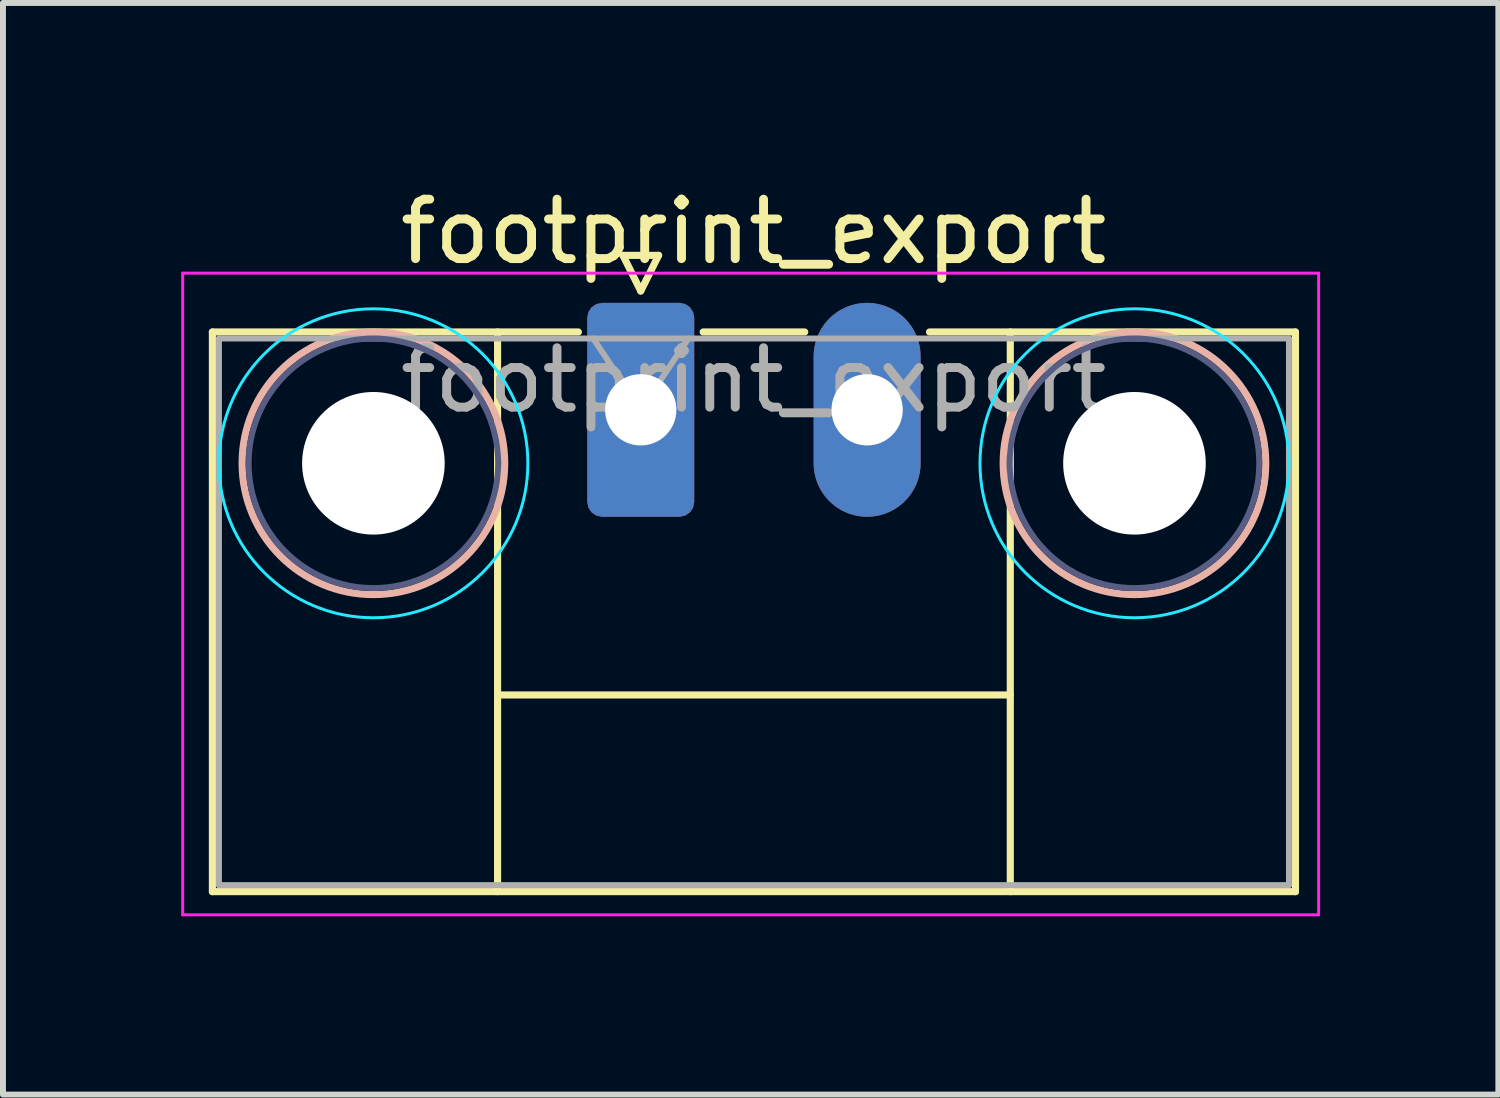
<source format=kicad_pcb>
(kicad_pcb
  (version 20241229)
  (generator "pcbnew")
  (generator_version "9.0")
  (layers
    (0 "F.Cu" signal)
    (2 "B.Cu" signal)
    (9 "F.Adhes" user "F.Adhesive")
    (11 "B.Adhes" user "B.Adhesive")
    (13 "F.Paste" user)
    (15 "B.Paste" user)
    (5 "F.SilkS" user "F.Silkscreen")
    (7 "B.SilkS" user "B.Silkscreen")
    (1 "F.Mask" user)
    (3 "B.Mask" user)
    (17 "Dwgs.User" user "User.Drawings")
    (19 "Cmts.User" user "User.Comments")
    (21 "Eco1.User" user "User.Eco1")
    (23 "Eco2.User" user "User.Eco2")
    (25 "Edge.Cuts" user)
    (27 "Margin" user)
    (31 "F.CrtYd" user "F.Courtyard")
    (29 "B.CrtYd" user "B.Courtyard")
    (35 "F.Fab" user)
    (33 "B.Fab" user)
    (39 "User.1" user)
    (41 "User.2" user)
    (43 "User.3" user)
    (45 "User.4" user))
  (footprint "footprint_export"
    (layer "F.Cu")
    (at 7.735 3.848)
    (property "Reference" "footprint_export" (at 1.9 -3 0) (layer "F.SilkS") (effects (font (size 1 1) (thickness 0.15))))
    (attr through_hole)
    (fp_line (start -7.21 -1.31) (end -7.21 8.11) (stroke (width 0.12) (type solid)) (layer "F.SilkS"))
    (fp_line (start -7.21 -1.31) (end -1.05 -1.31) (stroke (width 0.12) (type solid)) (layer "F.SilkS"))
    (fp_line (start -7.21 8.11) (end 11.02 8.11) (stroke (width 0.12) (type solid)) (layer "F.SilkS"))
    (fp_line (start -2.41 -1.31) (end -2.41 8.11) (stroke (width 0.12) (type solid)) (layer "F.SilkS"))
    (fp_line (start -2.41 4.8) (end 6.22 4.8) (stroke (width 0.12) (type solid)) (layer "F.SilkS"))
    (fp_line (start -0.3 -2.6) (end 0.3 -2.6) (stroke (width 0.12) (type solid)) (layer "F.SilkS"))
    (fp_line (start 0 -2) (end -0.3 -2.6) (stroke (width 0.12) (type solid)) (layer "F.SilkS"))
    (fp_line (start 0.3 -2.6) (end 0 -2) (stroke (width 0.12) (type solid)) (layer "F.SilkS"))
    (fp_line (start 1.05 -1.31) (end 2.76 -1.31) (stroke (width 0.12) (type solid)) (layer "F.SilkS"))
    (fp_line (start 6.22 -1.31) (end 6.22 8.11) (stroke (width 0.12) (type solid)) (layer "F.SilkS"))
    (fp_line (start 11.02 -1.31) (end 4.86 -1.31) (stroke (width 0.12) (type solid)) (layer "F.SilkS"))
    (fp_line (start 11.02 8.11) (end 11.02 -1.31) (stroke (width 0.12) (type solid)) (layer "F.SilkS"))
    (fp_circle (center -4.5 0.9) (end -2.29 0.9) (stroke (width 0.12) (type solid)) (fill no) (layer "B.SilkS"))
    (fp_circle (center 8.31 0.9) (end 10.52 0.9) (stroke (width 0.12) (type solid)) (fill no) (layer "B.SilkS"))
    (fp_circle (center -4.5 0.9) (end -1.9 0.9) (stroke (width 0.05) (type solid)) (fill no) (layer "B.CrtYd"))
    (fp_circle (center 8.31 0.9) (end 10.91 0.9) (stroke (width 0.05) (type solid)) (fill no) (layer "B.CrtYd"))
    (fp_line (start -7.71 -2.3) (end -7.71 8.5) (stroke (width 0.05) (type solid)) (layer "F.CrtYd"))
    (fp_line (start -7.71 8.5) (end 11.41 8.5) (stroke (width 0.05) (type solid)) (layer "F.CrtYd"))
    (fp_line (start 11.41 -2.3) (end -7.71 -2.3) (stroke (width 0.05) (type solid)) (layer "F.CrtYd"))
    (fp_line (start 11.41 8.5) (end 11.41 -2.3) (stroke (width 0.05) (type solid)) (layer "F.CrtYd"))
    (fp_circle (center -4.5 0.9) (end -2.4 0.9) (stroke (width 0.1) (type solid)) (fill no) (layer "B.Fab"))
    (fp_circle (center 8.31 0.9) (end 10.41 0.9) (stroke (width 0.1) (type solid)) (fill no) (layer "B.Fab"))
    (fp_line (start -7.1 -1.2) (end -7.1 8) (stroke (width 0.1) (type solid)) (layer "F.Fab"))
    (fp_line (start -7.1 8) (end 10.91 8) (stroke (width 0.1) (type solid)) (layer "F.Fab"))
    (fp_line (start 0 0) (end -0.8 -1.2) (stroke (width 0.1) (type solid)) (layer "F.Fab"))
    (fp_line (start 0.8 -1.2) (end 0 0) (stroke (width 0.1) (type solid)) (layer "F.Fab"))
    (fp_line (start 10.91 -1.2) (end -7.1 -1.2) (stroke (width 0.1) (type solid)) (layer "F.Fab"))
    (fp_line (start 10.91 8) (end 10.91 -1.2) (stroke (width 0.1) (type solid)) (layer "F.Fab"))
    (fp_text user "${REFERENCE}" (at 1.9 -0.5 0) (layer "F.Fab") (effects (font (size 1 1) (thickness 0.15))))
    (pad "" np_thru_hole circle (at -4.5 0.9) (size 2.4 2.4) (drill 2.4) (layers "*.Cu" "*.Mask"))
    (pad "" np_thru_hole circle (at 8.31 0.9) (size 2.4 2.4) (drill 2.4) (layers "*.Cu" "*.Mask"))
    (pad "1" thru_hole roundrect (at 0 0) (size 1.8 3.6) (drill 1.2) (layers "*.Cu" "*.Mask") (roundrect_rratio 0.139))
    (pad "2" thru_hole oval (at 3.81 0) (size 1.8 3.6) (drill 1.2) (layers "*.Cu" "*.Mask")))
  (gr_rect
    (start -3 -3)
    (end 22.17 15.373)
    (stroke (width 0.1) (type default))
    (fill no)
    (layer "Edge.Cuts")))
</source>
